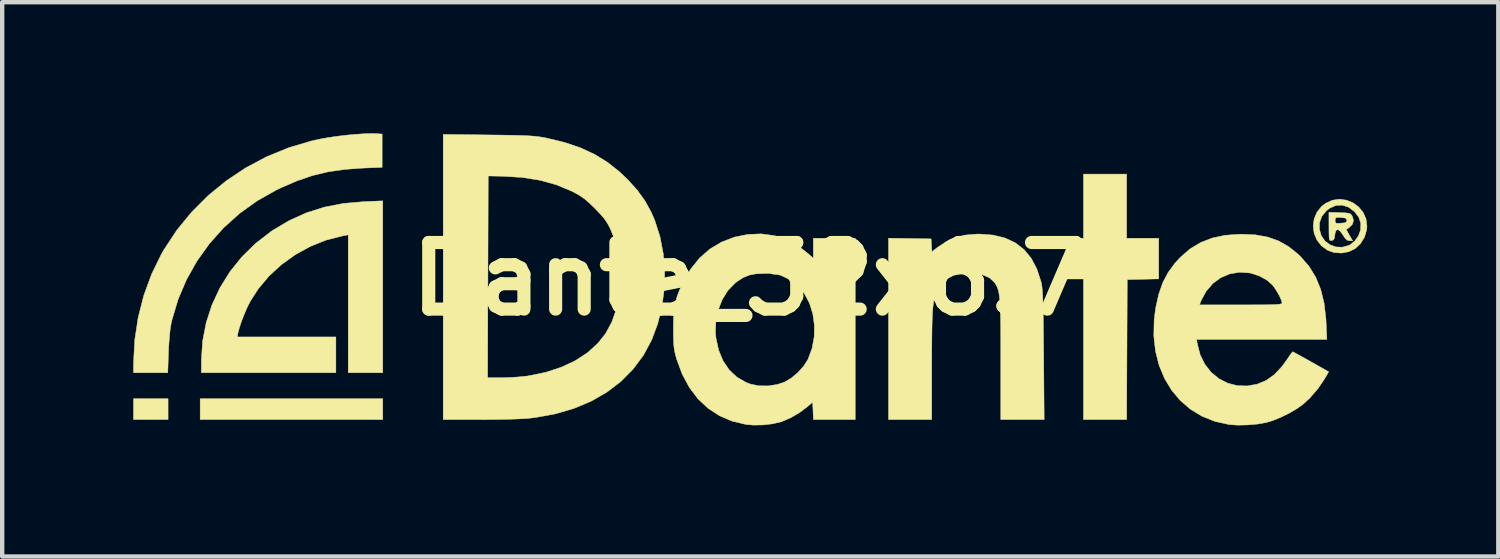
<source format=kicad_pcb>
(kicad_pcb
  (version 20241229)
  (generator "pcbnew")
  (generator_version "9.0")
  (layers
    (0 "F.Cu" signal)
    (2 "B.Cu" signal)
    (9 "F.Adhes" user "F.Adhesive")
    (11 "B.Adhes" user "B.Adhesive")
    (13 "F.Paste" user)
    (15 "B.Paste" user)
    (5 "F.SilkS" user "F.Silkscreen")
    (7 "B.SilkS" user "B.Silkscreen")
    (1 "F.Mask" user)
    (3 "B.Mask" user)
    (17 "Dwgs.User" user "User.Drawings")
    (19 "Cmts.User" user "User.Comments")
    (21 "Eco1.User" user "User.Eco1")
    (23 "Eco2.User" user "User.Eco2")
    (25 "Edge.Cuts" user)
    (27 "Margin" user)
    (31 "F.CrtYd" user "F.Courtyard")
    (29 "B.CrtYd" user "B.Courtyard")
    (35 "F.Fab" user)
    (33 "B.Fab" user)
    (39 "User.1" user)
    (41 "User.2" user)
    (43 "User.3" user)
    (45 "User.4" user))
  (footprint "Dante_32x6.7"
    (layer "F.Cu")
    (at 14.088 3.332)
    (property "Reference" "Dante_32x6.7" (at 0 0 0) (layer "F.SilkS") (effects (font (size 1.524 1.524) (thickness 0.3))))
    (attr through_hole)
    (fp_poly (pts (xy -13.293 3.217) (xy -14.083 3.217) (xy -14.083 2.738) (xy -13.293 2.738) (xy -13.293 3.217)) (stroke (width 0.01) (type solid)) (fill yes) (layer "F.SilkS"))
    (fp_poly (pts (xy -8.382 3.217) (xy -12.559 3.217) (xy -12.559 2.738) (xy -8.382 2.738) (xy -8.382 3.217)) (stroke (width 0.01) (type solid)) (fill yes) (layer "F.SilkS"))
    (fp_poly (pts (xy 8.636 -0.931) (xy 9.37 -0.931) (xy 9.37 -0.002) (xy 8.65 0.014) (xy 8.643 1.616) (xy 8.636 3.217) (xy 7.648 3.217) (xy 7.648 0) (xy 7.253 0) (xy 7.253 -0.931) (xy 7.648 -0.931) (xy 7.648 -2.399) (xy 8.636 -2.399) (xy 8.636 -0.931)) (stroke (width 0.01) (type solid)) (fill yes) (layer "F.SilkS"))
    (fp_poly (pts (xy -8.382 2.145) (xy -9.172 2.145) (xy -9.172 -1.009) (xy -9.306 -0.984) (xy -9.679 -0.889) (xy -10.041 -0.744) (xy -10.384 -0.555) (xy -10.701 -0.327) (xy -10.987 -0.064) (xy -11.232 0.229) (xy -11.414 0.514) (xy -11.481 0.646) (xy -11.548 0.802) (xy -11.611 0.963) (xy -11.661 1.112) (xy -11.693 1.23) (xy -11.693 1.235) (xy -11.711 1.326) (xy -9.454 1.326) (xy -9.454 2.145) (xy -12.531 2.145) (xy -12.531 1.856) (xy -12.503 1.423) (xy -12.421 1) (xy -12.288 0.591) (xy -12.106 0.201) (xy -11.877 -0.167) (xy -11.603 -0.507) (xy -11.288 -0.816) (xy -10.933 -1.09) (xy -10.913 -1.104) (xy -10.528 -1.333) (xy -10.131 -1.513) (xy -9.717 -1.644) (xy -9.278 -1.729) (xy -8.812 -1.769) (xy -8.382 -1.787) (xy -8.382 2.145)) (stroke (width 0.01) (type solid)) (fill yes) (layer "F.SilkS"))
    (fp_poly (pts (xy -8.551 -3.325) (xy -8.396 -3.316) (xy -8.396 -2.554) (xy -8.848 -2.536) (xy -9.259 -2.506) (xy -9.635 -2.451) (xy -9.992 -2.365) (xy -10.346 -2.244) (xy -10.715 -2.084) (xy -10.823 -2.032) (xy -11.257 -1.787) (xy -11.658 -1.499) (xy -12.023 -1.171) (xy -12.348 -0.807) (xy -12.632 -0.41) (xy -12.871 0.015) (xy -13.063 0.465) (xy -13.204 0.937) (xy -13.222 1.016) (xy -13.241 1.126) (xy -13.258 1.278) (xy -13.272 1.454) (xy -13.283 1.64) (xy -13.284 1.686) (xy -13.3 2.145) (xy -14.083 2.145) (xy -14.083 1.926) (xy -14.056 1.4) (xy -13.977 0.881) (xy -13.848 0.375) (xy -13.669 -0.112) (xy -13.444 -0.572) (xy -13.391 -0.664) (xy -13.095 -1.114) (xy -12.755 -1.529) (xy -12.376 -1.908) (xy -11.961 -2.247) (xy -11.515 -2.544) (xy -11.04 -2.796) (xy -10.54 -3.001) (xy -10.02 -3.156) (xy -9.808 -3.203) (xy -9.622 -3.236) (xy -9.411 -3.266) (xy -9.191 -3.292) (xy -8.976 -3.311) (xy -8.78 -3.324) (xy -8.617 -3.327) (xy -8.551 -3.325)) (stroke (width 0.01) (type solid)) (fill yes) (layer "F.SilkS"))
    (fp_poly (pts (xy 13.666 -1.803) (xy 13.815 -1.743) (xy 13.944 -1.647) (xy 14.046 -1.523) (xy 14.112 -1.375) (xy 14.134 -1.207) (xy 14.128 -1.132) (xy 14.077 -0.956) (xy 13.98 -0.801) (xy 13.863 -0.694) (xy 13.717 -0.623) (xy 13.55 -0.593) (xy 13.38 -0.605) (xy 13.238 -0.654) (xy 13.092 -0.759) (xy 12.988 -0.892) (xy 12.925 -1.046) (xy 12.913 -1.14) (xy 13.046 -1.14) (xy 13.088 -0.991) (xy 13.172 -0.87) (xy 13.287 -0.783) (xy 13.423 -0.733) (xy 13.571 -0.727) (xy 13.721 -0.769) (xy 13.758 -0.788) (xy 13.858 -0.871) (xy 13.939 -0.987) (xy 13.986 -1.115) (xy 13.987 -1.118) (xy 13.993 -1.272) (xy 13.948 -1.411) (xy 13.849 -1.54) (xy 13.847 -1.542) (xy 13.712 -1.643) (xy 13.569 -1.689) (xy 13.423 -1.682) (xy 13.281 -1.619) (xy 13.208 -1.563) (xy 13.102 -1.435) (xy 13.049 -1.29) (xy 13.046 -1.14) (xy 12.913 -1.14) (xy 12.904 -1.209) (xy 12.925 -1.372) (xy 12.989 -1.526) (xy 13.096 -1.66) (xy 13.185 -1.729) (xy 13.343 -1.802) (xy 13.506 -1.825) (xy 13.666 -1.803)) (stroke (width 0.01) (type solid)) (fill yes) (layer "F.SilkS"))
    (fp_poly (pts (xy 13.51 -1.518) (xy 13.63 -1.513) (xy 13.705 -1.505) (xy 13.751 -1.491) (xy 13.779 -1.466) (xy 13.799 -1.434) (xy 13.827 -1.337) (xy 13.8 -1.249) (xy 13.719 -1.17) (xy 13.664 -1.138) (xy 13.672 -1.114) (xy 13.701 -1.055) (xy 13.73 -1.004) (xy 13.806 -0.875) (xy 13.734 -0.875) (xy 13.68 -0.888) (xy 13.631 -0.935) (xy 13.588 -1.002) (xy 13.523 -1.092) (xy 13.47 -1.13) (xy 13.429 -1.115) (xy 13.405 -1.048) (xy 13.4 -1.009) (xy 13.389 -0.931) (xy 13.366 -0.893) (xy 13.328 -0.88) (xy 13.301 -0.878) (xy 13.283 -0.888) (xy 13.272 -0.918) (xy 13.267 -0.979) (xy 13.265 -1.079) (xy 13.264 -1.199) (xy 13.264 -1.341) (xy 13.406 -1.341) (xy 13.409 -1.296) (xy 13.431 -1.276) (xy 13.485 -1.273) (xy 13.54 -1.276) (xy 13.622 -1.285) (xy 13.662 -1.302) (xy 13.674 -1.336) (xy 13.674 -1.341) (xy 13.665 -1.376) (xy 13.628 -1.395) (xy 13.551 -1.405) (xy 13.54 -1.406) (xy 13.459 -1.409) (xy 13.419 -1.399) (xy 13.407 -1.37) (xy 13.406 -1.341) (xy 13.264 -1.341) (xy 13.264 -1.526) (xy 13.51 -1.518)) (stroke (width 0.01) (type solid)) (fill yes) (layer "F.SilkS"))
    (fp_poly (pts (xy 5.584 -1.004) (xy 5.855 -0.937) (xy 6.089 -0.827) (xy 6.289 -0.673) (xy 6.453 -0.474) (xy 6.581 -0.232) (xy 6.675 0.055) (xy 6.68 0.073) (xy 6.691 0.125) (xy 6.7 0.187) (xy 6.707 0.265) (xy 6.714 0.363) (xy 6.719 0.486) (xy 6.724 0.64) (xy 6.728 0.829) (xy 6.731 1.058) (xy 6.734 1.333) (xy 6.737 1.658) (xy 6.738 1.743) (xy 6.749 3.217) (xy 5.757 3.217) (xy 5.757 1.854) (xy 5.757 1.514) (xy 5.756 1.225) (xy 5.754 0.982) (xy 5.749 0.781) (xy 5.743 0.617) (xy 5.735 0.484) (xy 5.723 0.378) (xy 5.709 0.294) (xy 5.69 0.226) (xy 5.668 0.171) (xy 5.641 0.122) (xy 5.613 0.081) (xy 5.506 -0.022) (xy 5.352 -0.092) (xy 5.152 -0.13) (xy 5.109 -0.134) (xy 4.875 -0.129) (xy 4.673 -0.081) (xy 4.504 0.008) (xy 4.373 0.138) (xy 4.314 0.233) (xy 4.284 0.298) (xy 4.258 0.364) (xy 4.237 0.439) (xy 4.219 0.526) (xy 4.206 0.631) (xy 4.195 0.76) (xy 4.188 0.918) (xy 4.183 1.111) (xy 4.18 1.344) (xy 4.178 1.622) (xy 4.177 1.951) (xy 4.177 1.968) (xy 4.177 3.217) (xy 3.189 3.217) (xy 3.189 -0.933) (xy 4.163 -0.917) (xy 4.171 -0.77) (xy 4.18 -0.623) (xy 4.31 -0.723) (xy 4.511 -0.856) (xy 4.717 -0.949) (xy 4.94 -1.004) (xy 5.195 -1.026) (xy 5.278 -1.027) (xy 5.584 -1.004)) (stroke (width 0.01) (type solid)) (fill yes) (layer "F.SilkS"))
    (fp_poly (pts (xy -5.962 -3.295) (xy -5.685 -3.292) (xy -5.457 -3.288) (xy -5.271 -3.284) (xy -5.119 -3.279) (xy -4.996 -3.272) (xy -4.893 -3.264) (xy -4.804 -3.253) (xy -4.72 -3.24) (xy -4.636 -3.224) (xy -4.623 -3.221) (xy -4.22 -3.123) (xy -3.861 -3.002) (xy -3.539 -2.853) (xy -3.244 -2.672) (xy -2.969 -2.455) (xy -2.78 -2.276) (xy -2.56 -2.032) (xy -2.383 -1.788) (xy -2.241 -1.53) (xy -2.161 -1.346) (xy -2.04 -0.97) (xy -1.964 -0.575) (xy -1.932 -0.169) (xy -1.943 0.239) (xy -1.997 0.641) (xy -2.093 1.028) (xy -2.229 1.393) (xy -2.407 1.726) (xy -2.422 1.75) (xy -2.658 2.067) (xy -2.936 2.347) (xy -3.255 2.59) (xy -3.612 2.795) (xy -4.006 2.961) (xy -4.433 3.086) (xy -4.894 3.17) (xy -5.048 3.188) (xy -5.154 3.196) (xy -5.306 3.203) (xy -5.493 3.209) (xy -5.705 3.213) (xy -5.93 3.216) (xy -6.159 3.217) (xy -6.17 3.217) (xy -6.999 3.217) (xy -6.999 2.258) (xy -5.983 2.258) (xy -5.652 2.258) (xy -5.484 2.254) (xy -5.303 2.243) (xy -5.136 2.228) (xy -5.052 2.217) (xy -4.657 2.136) (xy -4.298 2.019) (xy -3.977 1.869) (xy -3.697 1.686) (xy -3.46 1.471) (xy -3.284 1.248) (xy -3.142 0.987) (xy -3.038 0.692) (xy -2.971 0.374) (xy -2.943 0.042) (xy -2.953 -0.295) (xy -3.003 -0.626) (xy -3.092 -0.944) (xy -3.178 -1.154) (xy -3.236 -1.264) (xy -3.302 -1.364) (xy -3.387 -1.467) (xy -3.502 -1.587) (xy -3.538 -1.624) (xy -3.664 -1.745) (xy -3.769 -1.835) (xy -3.871 -1.906) (xy -3.987 -1.972) (xy -4.064 -2.011) (xy -4.408 -2.154) (xy -4.782 -2.258) (xy -5.191 -2.323) (xy -5.63 -2.35) (xy -5.969 -2.357) (xy -5.976 -0.049) (xy -5.983 2.258) (xy -6.999 2.258) (xy -6.999 -3.307) (xy -5.962 -3.295)) (stroke (width 0.01) (type solid)) (fill yes) (layer "F.SilkS"))
    (fp_poly (pts (xy 0.579 -0.991) (xy 0.865 -0.896) (xy 1.135 -0.747) (xy 1.356 -0.574) (xy 1.468 -0.473) (xy 1.468 -0.931) (xy 2.427 -0.931) (xy 2.427 3.217) (xy 1.47 3.217) (xy 1.462 3.018) (xy 1.453 2.819) (xy 1.334 2.921) (xy 1.151 3.058) (xy 0.949 3.176) (xy 0.751 3.261) (xy 0.717 3.272) (xy 0.532 3.314) (xy 0.319 3.339) (xy 0.105 3.343) (xy -0.07 3.329) (xy -0.39 3.252) (xy -0.681 3.128) (xy -0.942 2.957) (xy -1.172 2.741) (xy -1.369 2.48) (xy -1.532 2.176) (xy -1.654 1.847) (xy -1.684 1.742) (xy -1.706 1.649) (xy -1.72 1.555) (xy -1.728 1.444) (xy -1.732 1.304) (xy -1.733 1.213) (xy -0.771 1.213) (xy -0.759 1.352) (xy -0.697 1.631) (xy -0.596 1.874) (xy -0.456 2.08) (xy -0.281 2.245) (xy -0.072 2.366) (xy 0.026 2.404) (xy 0.221 2.444) (xy 0.436 2.446) (xy 0.65 2.412) (xy 0.813 2.357) (xy 0.967 2.265) (xy 1.119 2.137) (xy 1.252 1.988) (xy 1.347 1.836) (xy 1.348 1.834) (xy 1.44 1.586) (xy 1.488 1.325) (xy 1.493 1.06) (xy 1.457 0.801) (xy 1.382 0.558) (xy 1.267 0.34) (xy 1.142 0.184) (xy 1.034 0.091) (xy 0.901 0.003) (xy 0.825 -0.037) (xy 0.731 -0.079) (xy 0.653 -0.106) (xy 0.573 -0.12) (xy 0.47 -0.126) (xy 0.353 -0.126) (xy 0.158 -0.118) (xy 0.001 -0.088) (xy -0.138 -0.031) (xy -0.274 0.057) (xy -0.326 0.099) (xy -0.486 0.264) (xy -0.614 0.469) (xy -0.706 0.702) (xy -0.76 0.953) (xy -0.771 1.213) (xy -1.733 1.213) (xy -1.733 1.157) (xy -1.731 0.925) (xy -1.718 0.733) (xy -1.693 0.567) (xy -1.652 0.411) (xy -1.591 0.249) (xy -1.509 0.071) (xy -1.338 -0.226) (xy -1.134 -0.479) (xy -0.897 -0.686) (xy -0.629 -0.846) (xy -0.333 -0.958) (xy -0.038 -1.018) (xy 0.278 -1.032) (xy 0.579 -0.991)) (stroke (width 0.01) (type solid)) (fill yes) (layer "F.SilkS"))
    (fp_poly (pts (xy 11.579 -1.01) (xy 11.859 -0.96) (xy 12.109 -0.872) (xy 12.339 -0.742) (xy 12.557 -0.568) (xy 12.618 -0.509) (xy 12.81 -0.287) (xy 12.962 -0.04) (xy 13.075 0.237) (xy 13.152 0.549) (xy 13.194 0.901) (xy 13.2 1.009) (xy 13.216 1.383) (xy 10.237 1.383) (xy 10.255 1.493) (xy 10.319 1.737) (xy 10.426 1.953) (xy 10.57 2.136) (xy 10.746 2.281) (xy 10.948 2.384) (xy 11.17 2.441) (xy 11.393 2.447) (xy 11.621 2.407) (xy 11.827 2.322) (xy 12.014 2.189) (xy 12.188 2.004) (xy 12.294 1.859) (xy 12.354 1.77) (xy 12.403 1.702) (xy 12.431 1.668) (xy 12.435 1.665) (xy 12.463 1.678) (xy 12.531 1.715) (xy 12.631 1.77) (xy 12.756 1.839) (xy 12.853 1.894) (xy 13.258 2.123) (xy 13.169 2.277) (xy 13.017 2.504) (xy 12.83 2.72) (xy 12.672 2.866) (xy 12.529 2.969) (xy 12.352 3.072) (xy 12.159 3.166) (xy 11.972 3.242) (xy 11.825 3.285) (xy 11.625 3.32) (xy 11.402 3.339) (xy 11.182 3.344) (xy 10.988 3.331) (xy 10.976 3.329) (xy 10.654 3.258) (xy 10.359 3.14) (xy 10.094 2.979) (xy 9.861 2.778) (xy 9.663 2.542) (xy 9.501 2.272) (xy 9.378 1.974) (xy 9.296 1.65) (xy 9.258 1.304) (xy 9.265 0.94) (xy 9.3 0.66) (xy 9.316 0.593) (xy 10.303 0.593) (xy 11.247 0.593) (xy 11.505 0.592) (xy 11.713 0.592) (xy 11.874 0.59) (xy 11.996 0.587) (xy 12.083 0.582) (xy 12.14 0.576) (xy 12.174 0.568) (xy 12.189 0.558) (xy 12.192 0.549) (xy 12.177 0.488) (xy 12.137 0.399) (xy 12.081 0.297) (xy 12.019 0.2) (xy 11.968 0.134) (xy 11.839 0.022) (xy 11.672 -0.069) (xy 11.484 -0.131) (xy 11.443 -0.139) (xy 11.213 -0.154) (xy 10.993 -0.116) (xy 10.789 -0.029) (xy 10.609 0.103) (xy 10.458 0.277) (xy 10.343 0.487) (xy 10.329 0.523) (xy 10.303 0.593) (xy 9.316 0.593) (xy 9.369 0.353) (xy 9.461 0.088) (xy 9.583 -0.146) (xy 9.74 -0.36) (xy 9.864 -0.495) (xy 10.085 -0.687) (xy 10.327 -0.833) (xy 10.593 -0.937) (xy 10.891 -1) (xy 11.226 -1.024) (xy 11.261 -1.024) (xy 11.579 -1.01)) (stroke (width 0.01) (type solid)) (fill yes) (layer "F.SilkS")))
  (gr_rect
    (start -3 -3)
    (end 31.227 9.681)
    (stroke (width 0.1) (type default))
    (fill no)
    (layer "Edge.Cuts")))
</source>
